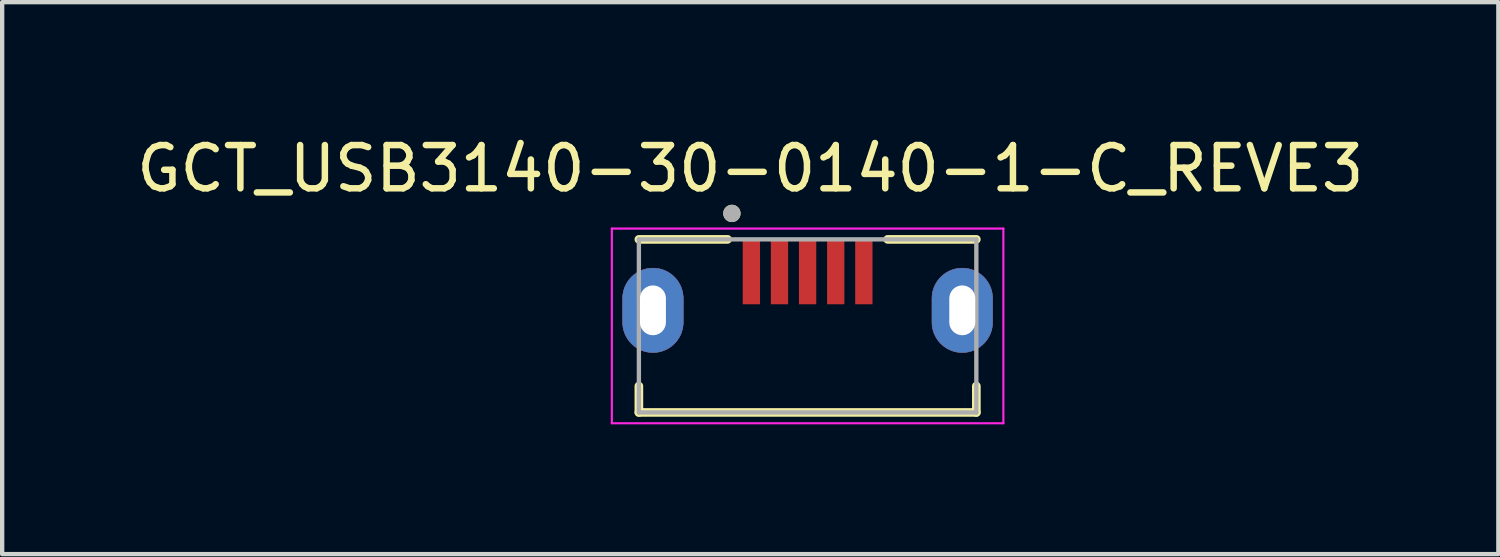
<source format=kicad_pcb>
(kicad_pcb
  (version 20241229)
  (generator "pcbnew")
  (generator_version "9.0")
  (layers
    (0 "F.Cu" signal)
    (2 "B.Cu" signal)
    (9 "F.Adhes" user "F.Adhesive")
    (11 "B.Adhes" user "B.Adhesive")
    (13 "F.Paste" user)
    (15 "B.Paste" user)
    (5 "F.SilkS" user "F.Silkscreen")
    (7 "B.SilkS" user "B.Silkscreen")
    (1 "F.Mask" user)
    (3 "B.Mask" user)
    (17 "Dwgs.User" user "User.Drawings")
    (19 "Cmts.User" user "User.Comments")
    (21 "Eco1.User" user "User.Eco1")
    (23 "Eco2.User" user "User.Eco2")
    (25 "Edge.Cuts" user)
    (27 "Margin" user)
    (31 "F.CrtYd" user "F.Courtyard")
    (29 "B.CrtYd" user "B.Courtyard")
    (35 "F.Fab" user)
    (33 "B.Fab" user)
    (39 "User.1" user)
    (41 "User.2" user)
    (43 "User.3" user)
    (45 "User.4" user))
  (footprint "GCT_USB3140-30-0140-1-C_REVE3"
    (layer "F.Cu")
    (at 15.617 4.483)
    (property "Reference" "GCT_USB3140-30-0140-1-C_REVE3" (at -1.325 -3.635 0) (layer "F.SilkS") (effects (font (size 1 1) (thickness 0.15))))
    (attr through_hole)
    (fp_poly (pts (xy -3.575 -1.335) (xy -3.612 -1.334) (xy -3.648 -1.331) (xy -3.685 -1.326) (xy -3.721 -1.32) (xy -3.756 -1.311) (xy -3.791 -1.301) (xy -3.826 -1.289) (xy -3.86 -1.274) (xy -3.893 -1.259) (xy -3.925 -1.241) (xy -3.956 -1.222) (xy -3.986 -1.201) (xy -4.016 -1.179) (xy -4.043 -1.155) (xy -4.07 -1.13) (xy -4.095 -1.103) (xy -4.119 -1.076) (xy -4.141 -1.046) (xy -4.162 -1.016) (xy -4.181 -0.985) (xy -4.199 -0.953) (xy -4.214 -0.92) (xy -4.229 -0.886) (xy -4.241 -0.851) (xy -4.251 -0.816) (xy -4.26 -0.781) (xy -4.266 -0.745) (xy -4.271 -0.708) (xy -4.274 -0.672) (xy -4.275 -0.635) (xy -4.275 -0.085) (xy -4.274 -0.048) (xy -4.271 -0.012) (xy -4.266 0.025) (xy -4.26 0.061) (xy -4.251 0.096) (xy -4.241 0.131) (xy -4.229 0.166) (xy -4.214 0.2) (xy -4.199 0.233) (xy -4.181 0.265) (xy -4.162 0.296) (xy -4.141 0.326) (xy -4.119 0.356) (xy -4.095 0.383) (xy -4.07 0.41) (xy -4.043 0.435) (xy -4.016 0.459) (xy -3.986 0.481) (xy -3.956 0.502) (xy -3.925 0.521) (xy -3.893 0.539) (xy -3.86 0.554) (xy -3.826 0.569) (xy -3.791 0.581) (xy -3.756 0.591) (xy -3.721 0.6) (xy -3.685 0.606) (xy -3.648 0.611) (xy -3.612 0.614) (xy -3.575 0.615) (xy -3.538 0.614) (xy -3.502 0.611) (xy -3.465 0.606) (xy -3.429 0.6) (xy -3.394 0.591) (xy -3.359 0.581) (xy -3.324 0.569) (xy -3.29 0.554) (xy -3.257 0.539) (xy -3.225 0.521) (xy -3.194 0.502) (xy -3.164 0.481) (xy -3.134 0.459) (xy -3.107 0.435) (xy -3.08 0.41) (xy -3.055 0.383) (xy -3.031 0.356) (xy -3.009 0.326) (xy -2.988 0.296) (xy -2.969 0.265) (xy -2.951 0.233) (xy -2.936 0.2) (xy -2.921 0.166) (xy -2.909 0.131) (xy -2.899 0.096) (xy -2.89 0.061) (xy -2.884 0.025) (xy -2.879 -0.012) (xy -2.876 -0.048) (xy -2.875 -0.085) (xy -2.875 -0.635) (xy -2.876 -0.672) (xy -2.879 -0.708) (xy -2.884 -0.745) (xy -2.89 -0.781) (xy -2.899 -0.816) (xy -2.909 -0.851) (xy -2.921 -0.886) (xy -2.936 -0.92) (xy -2.951 -0.953) (xy -2.969 -0.985) (xy -2.988 -1.016) (xy -3.009 -1.046) (xy -3.031 -1.076) (xy -3.055 -1.103) (xy -3.08 -1.13) (xy -3.107 -1.155) (xy -3.134 -1.179) (xy -3.164 -1.201) (xy -3.194 -1.222) (xy -3.225 -1.241) (xy -3.257 -1.259) (xy -3.29 -1.274) (xy -3.324 -1.289) (xy -3.359 -1.301) (xy -3.394 -1.311) (xy -3.429 -1.32) (xy -3.465 -1.326) (xy -3.502 -1.331) (xy -3.538 -1.334) (xy -3.575 -1.335)) (stroke (width 0.01) (type solid)) (fill yes) (layer "F.Cu"))
    (fp_poly (pts (xy 3.575 -1.335) (xy 3.538 -1.334) (xy 3.502 -1.331) (xy 3.465 -1.326) (xy 3.429 -1.32) (xy 3.394 -1.311) (xy 3.359 -1.301) (xy 3.324 -1.289) (xy 3.29 -1.274) (xy 3.257 -1.259) (xy 3.225 -1.241) (xy 3.194 -1.222) (xy 3.164 -1.201) (xy 3.134 -1.179) (xy 3.107 -1.155) (xy 3.08 -1.13) (xy 3.055 -1.103) (xy 3.031 -1.076) (xy 3.009 -1.046) (xy 2.988 -1.016) (xy 2.969 -0.985) (xy 2.951 -0.953) (xy 2.936 -0.92) (xy 2.921 -0.886) (xy 2.909 -0.851) (xy 2.899 -0.816) (xy 2.89 -0.781) (xy 2.884 -0.745) (xy 2.879 -0.708) (xy 2.876 -0.672) (xy 2.875 -0.635) (xy 2.875 -0.085) (xy 2.876 -0.048) (xy 2.879 -0.012) (xy 2.884 0.025) (xy 2.89 0.061) (xy 2.899 0.096) (xy 2.909 0.131) (xy 2.921 0.166) (xy 2.936 0.2) (xy 2.951 0.233) (xy 2.969 0.265) (xy 2.988 0.296) (xy 3.009 0.326) (xy 3.031 0.356) (xy 3.055 0.383) (xy 3.08 0.41) (xy 3.107 0.435) (xy 3.134 0.459) (xy 3.164 0.481) (xy 3.194 0.502) (xy 3.225 0.521) (xy 3.257 0.539) (xy 3.29 0.554) (xy 3.324 0.569) (xy 3.359 0.581) (xy 3.394 0.591) (xy 3.429 0.6) (xy 3.465 0.606) (xy 3.502 0.611) (xy 3.538 0.614) (xy 3.575 0.615) (xy 3.612 0.614) (xy 3.648 0.611) (xy 3.685 0.606) (xy 3.721 0.6) (xy 3.756 0.591) (xy 3.791 0.581) (xy 3.826 0.569) (xy 3.86 0.554) (xy 3.893 0.539) (xy 3.925 0.521) (xy 3.956 0.502) (xy 3.986 0.481) (xy 4.016 0.459) (xy 4.043 0.435) (xy 4.07 0.41) (xy 4.095 0.383) (xy 4.119 0.356) (xy 4.141 0.326) (xy 4.162 0.296) (xy 4.181 0.265) (xy 4.199 0.233) (xy 4.214 0.2) (xy 4.229 0.166) (xy 4.241 0.131) (xy 4.251 0.096) (xy 4.26 0.061) (xy 4.266 0.025) (xy 4.271 -0.012) (xy 4.274 -0.048) (xy 4.275 -0.085) (xy 4.275 -0.635) (xy 4.274 -0.672) (xy 4.271 -0.708) (xy 4.266 -0.745) (xy 4.26 -0.781) (xy 4.251 -0.816) (xy 4.241 -0.851) (xy 4.229 -0.886) (xy 4.214 -0.92) (xy 4.199 -0.953) (xy 4.181 -0.985) (xy 4.162 -1.016) (xy 4.141 -1.046) (xy 4.119 -1.076) (xy 4.095 -1.103) (xy 4.07 -1.13) (xy 4.043 -1.155) (xy 4.016 -1.179) (xy 3.986 -1.201) (xy 3.956 -1.222) (xy 3.925 -1.241) (xy 3.893 -1.259) (xy 3.86 -1.274) (xy 3.826 -1.289) (xy 3.791 -1.301) (xy 3.756 -1.311) (xy 3.721 -1.32) (xy 3.685 -1.326) (xy 3.648 -1.331) (xy 3.612 -1.334) (xy 3.575 -1.335)) (stroke (width 0.01) (type solid)) (fill yes) (layer "F.Cu"))
    (fp_poly (pts (xy -3.575 -1.435) (xy -3.617 -1.434) (xy -3.659 -1.431) (xy -3.7 -1.425) (xy -3.741 -1.418) (xy -3.782 -1.408) (xy -3.822 -1.396) (xy -3.862 -1.382) (xy -3.9 -1.366) (xy -3.938 -1.348) (xy -3.975 -1.328) (xy -4.011 -1.306) (xy -4.045 -1.282) (xy -4.078 -1.257) (xy -4.11 -1.23) (xy -4.141 -1.201) (xy -4.17 -1.17) (xy -4.197 -1.138) (xy -4.222 -1.105) (xy -4.246 -1.071) (xy -4.268 -1.035) (xy -4.288 -0.998) (xy -4.306 -0.96) (xy -4.322 -0.922) (xy -4.336 -0.882) (xy -4.348 -0.842) (xy -4.358 -0.801) (xy -4.365 -0.76) (xy -4.371 -0.719) (xy -4.374 -0.677) (xy -4.375 -0.635) (xy -4.375 -0.085) (xy -4.374 -0.043) (xy -4.371 -0.001) (xy -4.365 0.04) (xy -4.358 0.081) (xy -4.348 0.122) (xy -4.336 0.162) (xy -4.322 0.202) (xy -4.306 0.24) (xy -4.288 0.278) (xy -4.268 0.315) (xy -4.246 0.351) (xy -4.222 0.385) (xy -4.197 0.418) (xy -4.17 0.45) (xy -4.141 0.481) (xy -4.11 0.51) (xy -4.078 0.537) (xy -4.045 0.562) (xy -4.011 0.586) (xy -3.975 0.608) (xy -3.938 0.628) (xy -3.9 0.646) (xy -3.862 0.662) (xy -3.822 0.676) (xy -3.782 0.688) (xy -3.741 0.698) (xy -3.7 0.705) (xy -3.659 0.711) (xy -3.617 0.714) (xy -3.575 0.715) (xy -3.533 0.714) (xy -3.491 0.711) (xy -3.45 0.705) (xy -3.409 0.698) (xy -3.368 0.688) (xy -3.328 0.676) (xy -3.288 0.662) (xy -3.25 0.646) (xy -3.212 0.628) (xy -3.175 0.608) (xy -3.139 0.586) (xy -3.105 0.562) (xy -3.072 0.537) (xy -3.04 0.51) (xy -3.009 0.481) (xy -2.98 0.45) (xy -2.953 0.418) (xy -2.928 0.385) (xy -2.904 0.351) (xy -2.882 0.315) (xy -2.862 0.278) (xy -2.844 0.24) (xy -2.828 0.202) (xy -2.814 0.162) (xy -2.802 0.122) (xy -2.792 0.081) (xy -2.785 0.04) (xy -2.779 -0.001) (xy -2.776 -0.043) (xy -2.775 -0.085) (xy -2.775 -0.635) (xy -2.776 -0.677) (xy -2.779 -0.719) (xy -2.785 -0.76) (xy -2.792 -0.801) (xy -2.802 -0.842) (xy -2.814 -0.882) (xy -2.828 -0.922) (xy -2.844 -0.96) (xy -2.862 -0.998) (xy -2.882 -1.035) (xy -2.904 -1.071) (xy -2.928 -1.105) (xy -2.953 -1.138) (xy -2.98 -1.17) (xy -3.009 -1.201) (xy -3.04 -1.23) (xy -3.072 -1.257) (xy -3.105 -1.282) (xy -3.139 -1.306) (xy -3.175 -1.328) (xy -3.212 -1.348) (xy -3.25 -1.366) (xy -3.288 -1.382) (xy -3.328 -1.396) (xy -3.368 -1.408) (xy -3.409 -1.418) (xy -3.45 -1.425) (xy -3.491 -1.431) (xy -3.533 -1.434) (xy -3.575 -1.435)) (stroke (width 0.01) (type solid)) (fill yes) (layer "F.Mask"))
    (fp_poly (pts (xy 3.575 -1.435) (xy 3.533 -1.434) (xy 3.491 -1.431) (xy 3.45 -1.425) (xy 3.409 -1.418) (xy 3.368 -1.408) (xy 3.328 -1.396) (xy 3.288 -1.382) (xy 3.25 -1.366) (xy 3.212 -1.348) (xy 3.175 -1.328) (xy 3.139 -1.306) (xy 3.105 -1.282) (xy 3.072 -1.257) (xy 3.04 -1.23) (xy 3.009 -1.201) (xy 2.98 -1.17) (xy 2.953 -1.138) (xy 2.928 -1.105) (xy 2.904 -1.071) (xy 2.882 -1.035) (xy 2.862 -0.998) (xy 2.844 -0.96) (xy 2.828 -0.922) (xy 2.814 -0.882) (xy 2.802 -0.842) (xy 2.792 -0.801) (xy 2.785 -0.76) (xy 2.779 -0.719) (xy 2.776 -0.677) (xy 2.775 -0.635) (xy 2.775 -0.085) (xy 2.776 -0.043) (xy 2.779 -0.001) (xy 2.785 0.04) (xy 2.792 0.081) (xy 2.802 0.122) (xy 2.814 0.162) (xy 2.828 0.202) (xy 2.844 0.24) (xy 2.862 0.278) (xy 2.882 0.315) (xy 2.904 0.351) (xy 2.928 0.385) (xy 2.953 0.418) (xy 2.98 0.45) (xy 3.009 0.481) (xy 3.04 0.51) (xy 3.072 0.537) (xy 3.105 0.562) (xy 3.139 0.586) (xy 3.175 0.608) (xy 3.212 0.628) (xy 3.25 0.646) (xy 3.288 0.662) (xy 3.328 0.676) (xy 3.368 0.688) (xy 3.409 0.698) (xy 3.45 0.705) (xy 3.491 0.711) (xy 3.533 0.714) (xy 3.575 0.715) (xy 3.617 0.714) (xy 3.659 0.711) (xy 3.7 0.705) (xy 3.741 0.698) (xy 3.782 0.688) (xy 3.822 0.676) (xy 3.862 0.662) (xy 3.9 0.646) (xy 3.938 0.628) (xy 3.975 0.608) (xy 4.011 0.586) (xy 4.045 0.562) (xy 4.078 0.537) (xy 4.11 0.51) (xy 4.141 0.481) (xy 4.17 0.45) (xy 4.197 0.418) (xy 4.222 0.385) (xy 4.246 0.351) (xy 4.268 0.315) (xy 4.288 0.278) (xy 4.306 0.24) (xy 4.322 0.202) (xy 4.336 0.162) (xy 4.348 0.122) (xy 4.358 0.081) (xy 4.365 0.04) (xy 4.371 -0.001) (xy 4.374 -0.043) (xy 4.375 -0.085) (xy 4.375 -0.635) (xy 4.374 -0.677) (xy 4.371 -0.719) (xy 4.365 -0.76) (xy 4.358 -0.801) (xy 4.348 -0.842) (xy 4.336 -0.882) (xy 4.322 -0.922) (xy 4.306 -0.96) (xy 4.288 -0.998) (xy 4.268 -1.035) (xy 4.246 -1.071) (xy 4.222 -1.105) (xy 4.197 -1.138) (xy 4.17 -1.17) (xy 4.141 -1.201) (xy 4.11 -1.23) (xy 4.078 -1.257) (xy 4.045 -1.282) (xy 4.011 -1.306) (xy 3.975 -1.328) (xy 3.938 -1.348) (xy 3.9 -1.366) (xy 3.862 -1.382) (xy 3.822 -1.396) (xy 3.782 -1.408) (xy 3.741 -1.418) (xy 3.7 -1.425) (xy 3.659 -1.431) (xy 3.617 -1.434) (xy 3.575 -1.435)) (stroke (width 0.01) (type solid)) (fill yes) (layer "F.Mask"))
    (fp_poly (pts (xy -3.575 -1.335) (xy -3.612 -1.334) (xy -3.648 -1.331) (xy -3.685 -1.326) (xy -3.721 -1.32) (xy -3.756 -1.311) (xy -3.791 -1.301) (xy -3.826 -1.289) (xy -3.86 -1.274) (xy -3.893 -1.259) (xy -3.925 -1.241) (xy -3.956 -1.222) (xy -3.986 -1.201) (xy -4.016 -1.179) (xy -4.043 -1.155) (xy -4.07 -1.13) (xy -4.095 -1.103) (xy -4.119 -1.076) (xy -4.141 -1.046) (xy -4.162 -1.016) (xy -4.181 -0.985) (xy -4.199 -0.953) (xy -4.214 -0.92) (xy -4.229 -0.886) (xy -4.241 -0.851) (xy -4.251 -0.816) (xy -4.26 -0.781) (xy -4.266 -0.745) (xy -4.271 -0.708) (xy -4.274 -0.672) (xy -4.275 -0.635) (xy -4.275 -0.085) (xy -4.274 -0.048) (xy -4.271 -0.012) (xy -4.266 0.025) (xy -4.26 0.061) (xy -4.251 0.096) (xy -4.241 0.131) (xy -4.229 0.166) (xy -4.214 0.2) (xy -4.199 0.233) (xy -4.181 0.265) (xy -4.162 0.296) (xy -4.141 0.326) (xy -4.119 0.356) (xy -4.095 0.383) (xy -4.07 0.41) (xy -4.043 0.435) (xy -4.016 0.459) (xy -3.986 0.481) (xy -3.956 0.502) (xy -3.925 0.521) (xy -3.893 0.539) (xy -3.86 0.554) (xy -3.826 0.569) (xy -3.791 0.581) (xy -3.756 0.591) (xy -3.721 0.6) (xy -3.685 0.606) (xy -3.648 0.611) (xy -3.612 0.614) (xy -3.575 0.615) (xy -3.538 0.614) (xy -3.502 0.611) (xy -3.465 0.606) (xy -3.429 0.6) (xy -3.394 0.591) (xy -3.359 0.581) (xy -3.324 0.569) (xy -3.29 0.554) (xy -3.257 0.539) (xy -3.225 0.521) (xy -3.194 0.502) (xy -3.164 0.481) (xy -3.134 0.459) (xy -3.107 0.435) (xy -3.08 0.41) (xy -3.055 0.383) (xy -3.031 0.356) (xy -3.009 0.326) (xy -2.988 0.296) (xy -2.969 0.265) (xy -2.951 0.233) (xy -2.936 0.2) (xy -2.921 0.166) (xy -2.909 0.131) (xy -2.899 0.096) (xy -2.89 0.061) (xy -2.884 0.025) (xy -2.879 -0.012) (xy -2.876 -0.048) (xy -2.875 -0.085) (xy -2.875 -0.635) (xy -2.876 -0.672) (xy -2.879 -0.708) (xy -2.884 -0.745) (xy -2.89 -0.781) (xy -2.899 -0.816) (xy -2.909 -0.851) (xy -2.921 -0.886) (xy -2.936 -0.92) (xy -2.951 -0.953) (xy -2.969 -0.985) (xy -2.988 -1.016) (xy -3.009 -1.046) (xy -3.031 -1.076) (xy -3.055 -1.103) (xy -3.08 -1.13) (xy -3.107 -1.155) (xy -3.134 -1.179) (xy -3.164 -1.201) (xy -3.194 -1.222) (xy -3.225 -1.241) (xy -3.257 -1.259) (xy -3.29 -1.274) (xy -3.324 -1.289) (xy -3.359 -1.301) (xy -3.394 -1.311) (xy -3.429 -1.32) (xy -3.465 -1.326) (xy -3.502 -1.331) (xy -3.538 -1.334) (xy -3.575 -1.335)) (stroke (width 0.01) (type solid)) (fill yes) (layer "B.Cu"))
    (fp_poly (pts (xy 3.575 -1.335) (xy 3.538 -1.334) (xy 3.502 -1.331) (xy 3.465 -1.326) (xy 3.429 -1.32) (xy 3.394 -1.311) (xy 3.359 -1.301) (xy 3.324 -1.289) (xy 3.29 -1.274) (xy 3.257 -1.259) (xy 3.225 -1.241) (xy 3.194 -1.222) (xy 3.164 -1.201) (xy 3.134 -1.179) (xy 3.107 -1.155) (xy 3.08 -1.13) (xy 3.055 -1.103) (xy 3.031 -1.076) (xy 3.009 -1.046) (xy 2.988 -1.016) (xy 2.969 -0.985) (xy 2.951 -0.953) (xy 2.936 -0.92) (xy 2.921 -0.886) (xy 2.909 -0.851) (xy 2.899 -0.816) (xy 2.89 -0.781) (xy 2.884 -0.745) (xy 2.879 -0.708) (xy 2.876 -0.672) (xy 2.875 -0.635) (xy 2.875 -0.085) (xy 2.876 -0.048) (xy 2.879 -0.012) (xy 2.884 0.025) (xy 2.89 0.061) (xy 2.899 0.096) (xy 2.909 0.131) (xy 2.921 0.166) (xy 2.936 0.2) (xy 2.951 0.233) (xy 2.969 0.265) (xy 2.988 0.296) (xy 3.009 0.326) (xy 3.031 0.356) (xy 3.055 0.383) (xy 3.08 0.41) (xy 3.107 0.435) (xy 3.134 0.459) (xy 3.164 0.481) (xy 3.194 0.502) (xy 3.225 0.521) (xy 3.257 0.539) (xy 3.29 0.554) (xy 3.324 0.569) (xy 3.359 0.581) (xy 3.394 0.591) (xy 3.429 0.6) (xy 3.465 0.606) (xy 3.502 0.611) (xy 3.538 0.614) (xy 3.575 0.615) (xy 3.612 0.614) (xy 3.648 0.611) (xy 3.685 0.606) (xy 3.721 0.6) (xy 3.756 0.591) (xy 3.791 0.581) (xy 3.826 0.569) (xy 3.86 0.554) (xy 3.893 0.539) (xy 3.925 0.521) (xy 3.956 0.502) (xy 3.986 0.481) (xy 4.016 0.459) (xy 4.043 0.435) (xy 4.07 0.41) (xy 4.095 0.383) (xy 4.119 0.356) (xy 4.141 0.326) (xy 4.162 0.296) (xy 4.181 0.265) (xy 4.199 0.233) (xy 4.214 0.2) (xy 4.229 0.166) (xy 4.241 0.131) (xy 4.251 0.096) (xy 4.26 0.061) (xy 4.266 0.025) (xy 4.271 -0.012) (xy 4.274 -0.048) (xy 4.275 -0.085) (xy 4.275 -0.635) (xy 4.274 -0.672) (xy 4.271 -0.708) (xy 4.266 -0.745) (xy 4.26 -0.781) (xy 4.251 -0.816) (xy 4.241 -0.851) (xy 4.229 -0.886) (xy 4.214 -0.92) (xy 4.199 -0.953) (xy 4.181 -0.985) (xy 4.162 -1.016) (xy 4.141 -1.046) (xy 4.119 -1.076) (xy 4.095 -1.103) (xy 4.07 -1.13) (xy 4.043 -1.155) (xy 4.016 -1.179) (xy 3.986 -1.201) (xy 3.956 -1.222) (xy 3.925 -1.241) (xy 3.893 -1.259) (xy 3.86 -1.274) (xy 3.826 -1.289) (xy 3.791 -1.301) (xy 3.756 -1.311) (xy 3.721 -1.32) (xy 3.685 -1.326) (xy 3.648 -1.331) (xy 3.612 -1.334) (xy 3.575 -1.335)) (stroke (width 0.01) (type solid)) (fill yes) (layer "B.Cu"))
    (fp_poly (pts (xy -3.575 -1.435) (xy -3.617 -1.434) (xy -3.659 -1.431) (xy -3.7 -1.425) (xy -3.741 -1.418) (xy -3.782 -1.408) (xy -3.822 -1.396) (xy -3.862 -1.382) (xy -3.9 -1.366) (xy -3.938 -1.348) (xy -3.975 -1.328) (xy -4.011 -1.306) (xy -4.045 -1.282) (xy -4.078 -1.257) (xy -4.11 -1.23) (xy -4.141 -1.201) (xy -4.17 -1.17) (xy -4.197 -1.138) (xy -4.222 -1.105) (xy -4.246 -1.071) (xy -4.268 -1.035) (xy -4.288 -0.998) (xy -4.306 -0.96) (xy -4.322 -0.922) (xy -4.336 -0.882) (xy -4.348 -0.842) (xy -4.358 -0.801) (xy -4.365 -0.76) (xy -4.371 -0.719) (xy -4.374 -0.677) (xy -4.375 -0.635) (xy -4.375 -0.085) (xy -4.374 -0.043) (xy -4.371 -0.001) (xy -4.365 0.04) (xy -4.358 0.081) (xy -4.348 0.122) (xy -4.336 0.162) (xy -4.322 0.202) (xy -4.306 0.24) (xy -4.288 0.278) (xy -4.268 0.315) (xy -4.246 0.351) (xy -4.222 0.385) (xy -4.197 0.418) (xy -4.17 0.45) (xy -4.141 0.481) (xy -4.11 0.51) (xy -4.078 0.537) (xy -4.045 0.562) (xy -4.011 0.586) (xy -3.975 0.608) (xy -3.938 0.628) (xy -3.9 0.646) (xy -3.862 0.662) (xy -3.822 0.676) (xy -3.782 0.688) (xy -3.741 0.698) (xy -3.7 0.705) (xy -3.659 0.711) (xy -3.617 0.714) (xy -3.575 0.715) (xy -3.533 0.714) (xy -3.491 0.711) (xy -3.45 0.705) (xy -3.409 0.698) (xy -3.368 0.688) (xy -3.328 0.676) (xy -3.288 0.662) (xy -3.25 0.646) (xy -3.212 0.628) (xy -3.175 0.608) (xy -3.139 0.586) (xy -3.105 0.562) (xy -3.072 0.537) (xy -3.04 0.51) (xy -3.009 0.481) (xy -2.98 0.45) (xy -2.953 0.418) (xy -2.928 0.385) (xy -2.904 0.351) (xy -2.882 0.315) (xy -2.862 0.278) (xy -2.844 0.24) (xy -2.828 0.202) (xy -2.814 0.162) (xy -2.802 0.122) (xy -2.792 0.081) (xy -2.785 0.04) (xy -2.779 -0.001) (xy -2.776 -0.043) (xy -2.775 -0.085) (xy -2.775 -0.635) (xy -2.776 -0.677) (xy -2.779 -0.719) (xy -2.785 -0.76) (xy -2.792 -0.801) (xy -2.802 -0.842) (xy -2.814 -0.882) (xy -2.828 -0.922) (xy -2.844 -0.96) (xy -2.862 -0.998) (xy -2.882 -1.035) (xy -2.904 -1.071) (xy -2.928 -1.105) (xy -2.953 -1.138) (xy -2.98 -1.17) (xy -3.009 -1.201) (xy -3.04 -1.23) (xy -3.072 -1.257) (xy -3.105 -1.282) (xy -3.139 -1.306) (xy -3.175 -1.328) (xy -3.212 -1.348) (xy -3.25 -1.366) (xy -3.288 -1.382) (xy -3.328 -1.396) (xy -3.368 -1.408) (xy -3.409 -1.418) (xy -3.45 -1.425) (xy -3.491 -1.431) (xy -3.533 -1.434) (xy -3.575 -1.435)) (stroke (width 0.01) (type solid)) (fill yes) (layer "B.Mask"))
    (fp_poly (pts (xy 3.575 -1.435) (xy 3.533 -1.434) (xy 3.491 -1.431) (xy 3.45 -1.425) (xy 3.409 -1.418) (xy 3.368 -1.408) (xy 3.328 -1.396) (xy 3.288 -1.382) (xy 3.25 -1.366) (xy 3.212 -1.348) (xy 3.175 -1.328) (xy 3.139 -1.306) (xy 3.105 -1.282) (xy 3.072 -1.257) (xy 3.04 -1.23) (xy 3.009 -1.201) (xy 2.98 -1.17) (xy 2.953 -1.138) (xy 2.928 -1.105) (xy 2.904 -1.071) (xy 2.882 -1.035) (xy 2.862 -0.998) (xy 2.844 -0.96) (xy 2.828 -0.922) (xy 2.814 -0.882) (xy 2.802 -0.842) (xy 2.792 -0.801) (xy 2.785 -0.76) (xy 2.779 -0.719) (xy 2.776 -0.677) (xy 2.775 -0.635) (xy 2.775 -0.085) (xy 2.776 -0.043) (xy 2.779 -0.001) (xy 2.785 0.04) (xy 2.792 0.081) (xy 2.802 0.122) (xy 2.814 0.162) (xy 2.828 0.202) (xy 2.844 0.24) (xy 2.862 0.278) (xy 2.882 0.315) (xy 2.904 0.351) (xy 2.928 0.385) (xy 2.953 0.418) (xy 2.98 0.45) (xy 3.009 0.481) (xy 3.04 0.51) (xy 3.072 0.537) (xy 3.105 0.562) (xy 3.139 0.586) (xy 3.175 0.608) (xy 3.212 0.628) (xy 3.25 0.646) (xy 3.288 0.662) (xy 3.328 0.676) (xy 3.368 0.688) (xy 3.409 0.698) (xy 3.45 0.705) (xy 3.491 0.711) (xy 3.533 0.714) (xy 3.575 0.715) (xy 3.617 0.714) (xy 3.659 0.711) (xy 3.7 0.705) (xy 3.741 0.698) (xy 3.782 0.688) (xy 3.822 0.676) (xy 3.862 0.662) (xy 3.9 0.646) (xy 3.938 0.628) (xy 3.975 0.608) (xy 4.011 0.586) (xy 4.045 0.562) (xy 4.078 0.537) (xy 4.11 0.51) (xy 4.141 0.481) (xy 4.17 0.45) (xy 4.197 0.418) (xy 4.222 0.385) (xy 4.246 0.351) (xy 4.268 0.315) (xy 4.288 0.278) (xy 4.306 0.24) (xy 4.322 0.202) (xy 4.336 0.162) (xy 4.348 0.122) (xy 4.358 0.081) (xy 4.365 0.04) (xy 4.371 -0.001) (xy 4.374 -0.043) (xy 4.375 -0.085) (xy 4.375 -0.635) (xy 4.374 -0.677) (xy 4.371 -0.719) (xy 4.365 -0.76) (xy 4.358 -0.801) (xy 4.348 -0.842) (xy 4.336 -0.882) (xy 4.322 -0.922) (xy 4.306 -0.96) (xy 4.288 -0.998) (xy 4.268 -1.035) (xy 4.246 -1.071) (xy 4.222 -1.105) (xy 4.197 -1.138) (xy 4.17 -1.17) (xy 4.141 -1.201) (xy 4.11 -1.23) (xy 4.078 -1.257) (xy 4.045 -1.282) (xy 4.011 -1.306) (xy 3.975 -1.328) (xy 3.938 -1.348) (xy 3.9 -1.366) (xy 3.862 -1.382) (xy 3.822 -1.396) (xy 3.782 -1.408) (xy 3.741 -1.418) (xy 3.7 -1.425) (xy 3.659 -1.431) (xy 3.617 -1.434) (xy 3.575 -1.435)) (stroke (width 0.01) (type solid)) (fill yes) (layer "B.Mask"))
    (fp_line (start -3.9 -2) (end -1.85 -2) (stroke (width 0.2) (type solid)) (layer "F.SilkS"))
    (fp_line (start -3.9 2) (end -3.9 1.39) (stroke (width 0.2) (type solid)) (layer "F.SilkS"))
    (fp_line (start -3.9 2) (end 3.9 2) (stroke (width 0.2) (type solid)) (layer "F.SilkS"))
    (fp_line (start 1.85 -2) (end 3.9 -2) (stroke (width 0.2) (type solid)) (layer "F.SilkS"))
    (fp_line (start 3.9 2) (end 3.9 1.39) (stroke (width 0.2) (type solid)) (layer "F.SilkS"))
    (fp_circle (center -1.75 -2.6) (end -1.65 -2.6) (stroke (width 0.2) (type solid)) (fill no) (layer "F.SilkS"))
    (fp_line (start -4.525 -2.25) (end 4.525 -2.25) (stroke (width 0.05) (type solid)) (layer "F.CrtYd"))
    (fp_line (start -4.525 2.25) (end -4.525 -2.25) (stroke (width 0.05) (type solid)) (layer "F.CrtYd"))
    (fp_line (start -4.525 2.25) (end 4.525 2.25) (stroke (width 0.05) (type solid)) (layer "F.CrtYd"))
    (fp_line (start 4.525 2.25) (end 4.525 -2.25) (stroke (width 0.05) (type solid)) (layer "F.CrtYd"))
    (fp_line (start -3.9 -2) (end 3.9 -2) (stroke (width 0.1) (type solid)) (layer "F.Fab"))
    (fp_line (start -3.9 2) (end -3.9 -2) (stroke (width 0.1) (type solid)) (layer "F.Fab"))
    (fp_line (start -3.9 2) (end 3.9 2) (stroke (width 0.1) (type solid)) (layer "F.Fab"))
    (fp_line (start 3.9 2) (end 3.9 -2) (stroke (width 0.1) (type solid)) (layer "F.Fab"))
    (fp_circle (center -1.75 -2.6) (end -1.65 -2.6) (stroke (width 0.2) (type solid)) (fill no) (layer "F.Fab"))
    (pad "1" smd rect (at -1.3 -1.25) (size 0.4 1.5) (layers "F.Cu" "F.Mask" "F.Paste"))
    (pad "2" smd rect (at -0.65 -1.25) (size 0.4 1.5) (layers "F.Cu" "F.Mask" "F.Paste"))
    (pad "3" smd rect (at 0 -1.25) (size 0.4 1.5) (layers "F.Cu" "F.Mask" "F.Paste"))
    (pad "4" smd rect (at 0.65 -1.25) (size 0.4 1.5) (layers "F.Cu" "F.Mask" "F.Paste"))
    (pad "5" smd rect (at 1.3 -1.25) (size 0.4 1.5) (layers "F.Cu" "F.Mask" "F.Paste"))
    (pad "S1" thru_hole oval (at -3.575 -0.36) (size 0.9 1.8) (drill oval 0.6 1.15) (layers "*.Cu"))
    (pad "S2" thru_hole oval (at 3.575 -0.36) (size 0.9 1.8) (drill oval 0.6 1.15) (layers "*.Cu")))
  (gr_rect
    (start -3 -3)
    (end 31.583 9.758)
    (stroke (width 0.1) (type default))
    (fill no)
    (layer "Edge.Cuts")))
</source>
